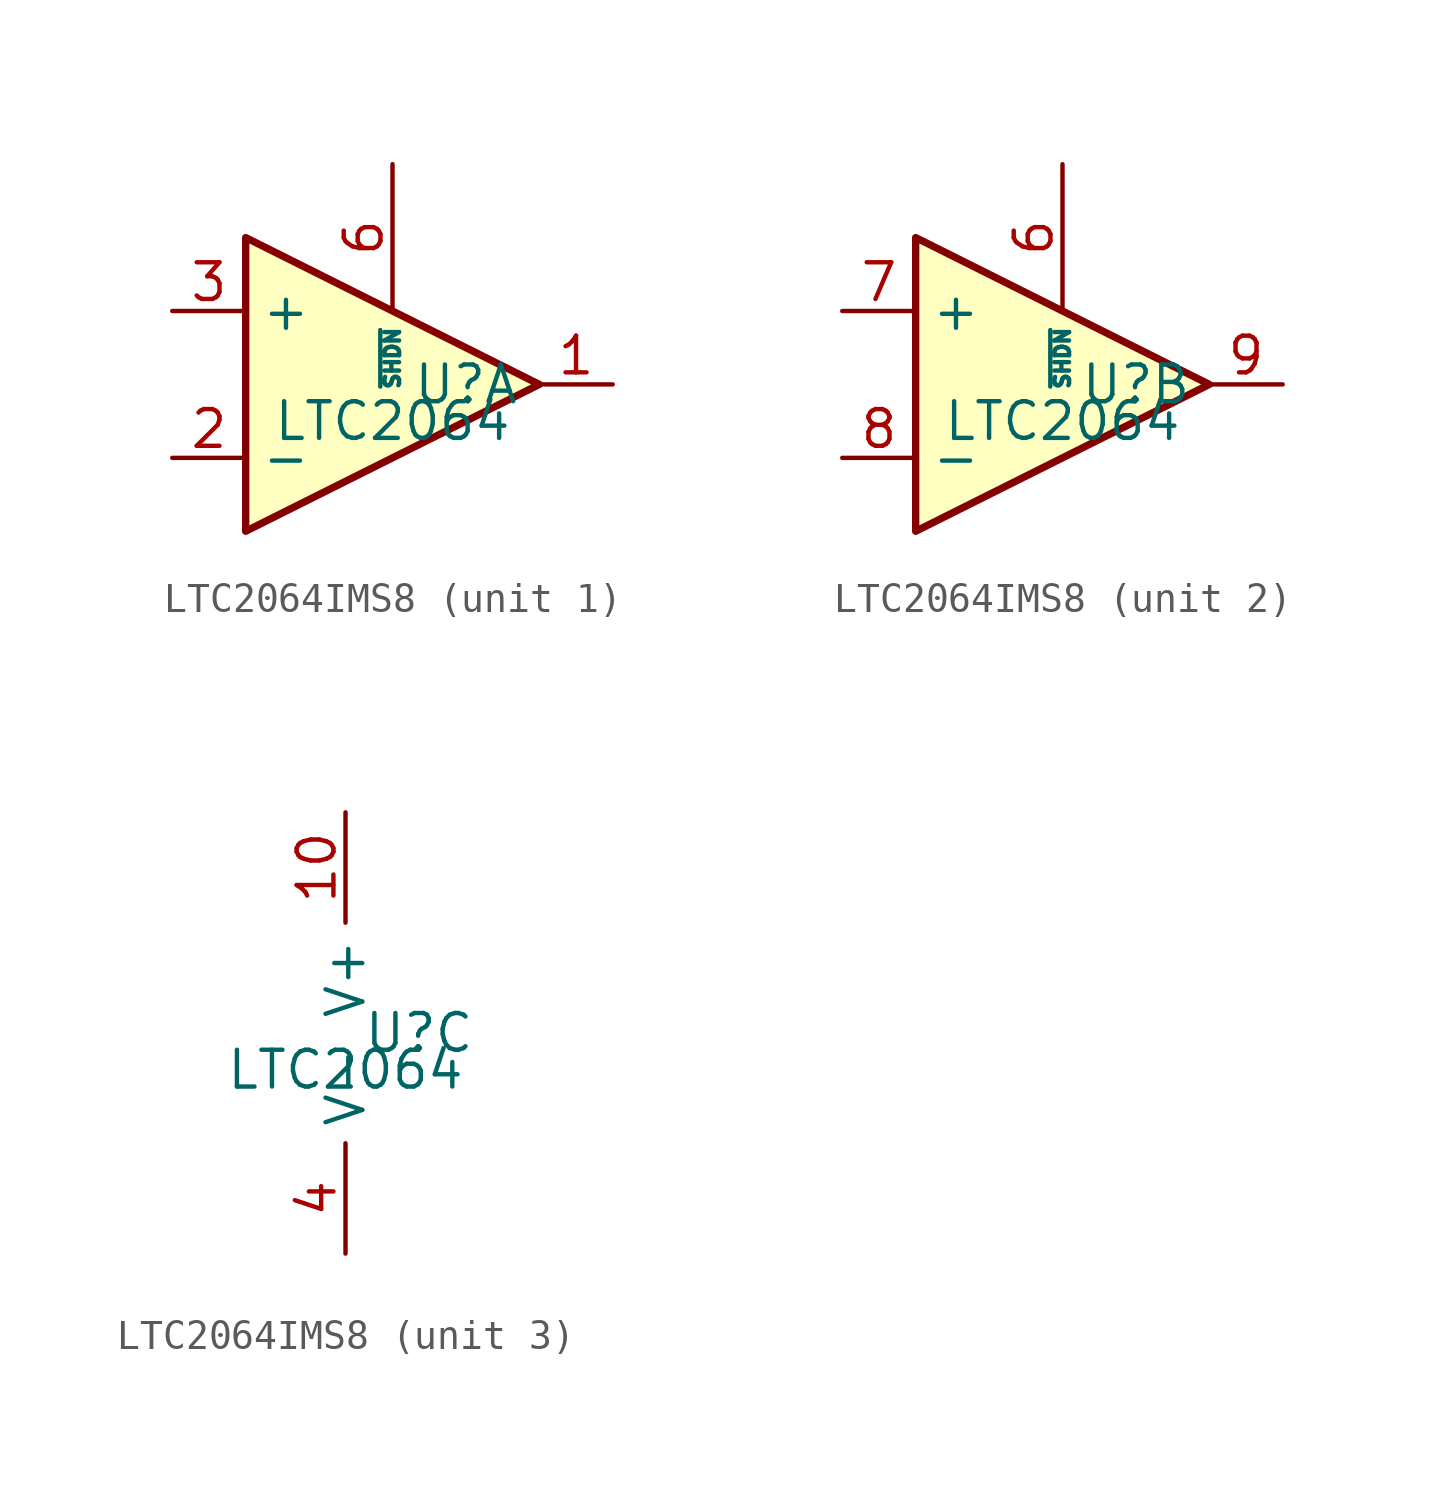
<source format=kicad_sym>
(kicad_symbol_lib
  (version 20220914)
  (generator kicad_symbol_editor)
  (symbol "LTC2064IMS8"
    (property "Reference" "U"
      (at 2.54 0 0)
      (effects (font (size 1.27 1.27))))
    (property "Value" "LTC2064"
      (at 0 -1.27 0)
      (effects (font (size 1.27 1.27))))
    (property "ki_locked" ""
      (at 0 0 0)
      (effects (font (size 1.27 1.27))))
    (symbol "LTC2064IMS8_1_1"
      (polyline (pts (xy -5.08 5.08) (xy 5.08 0) (xy -5.08 -5.08) (xy -5.08 5.08) (xy -5.08 5.08)) (stroke (width 0.254) (type default)) (fill (type background)))
      (pin output line (at 7.62 0 180) (length 2.54) (name "~" (effects (font (size 1.27 1.27)))) (number "1" (effects (font (size 1.27 1.27)))))
      (pin input line (at -7.62 -2.54 0) (length 2.54) (name "-" (effects (font (size 1.27 1.27)))) (number "2" (effects (font (size 1.27 1.27)))))
      (pin input line (at -7.62 2.54 0) (length 2.54) (name "+" (effects (font (size 1.27 1.27)))) (number "3" (effects (font (size 1.27 1.27)))))
      (pin input line (at 0 7.62 270) (length 5.08) (name "~{SHDN}" (effects (font (size 0.508 0.508)))) (number "6" (effects (font (size 1.27 1.27))))))
    (symbol "LTC2064IMS8_2_1"
      (polyline (pts (xy -5.08 5.08) (xy 5.08 0) (xy -5.08 -5.08) (xy -5.08 5.08) (xy -5.08 5.08)) (stroke (width 0.254) (type default)) (fill (type background)))
      (pin input line (at 0 7.62 270) (length 5.08) (name "~{SHDN}" (effects (font (size 0.508 0.508)))) (number "6" (effects (font (size 1.27 1.27)))))
      (pin input line (at -7.62 2.54 0) (length 2.54) (name "+" (effects (font (size 1.27 1.27)))) (number "7" (effects (font (size 1.27 1.27)))))
      (pin input line (at -7.62 -2.54 0) (length 2.54) (name "-" (effects (font (size 1.27 1.27)))) (number "8" (effects (font (size 1.27 1.27)))))
      (pin output line (at 7.62 0 180) (length 2.54) (name "~" (effects (font (size 1.27 1.27)))) (number "9" (effects (font (size 1.27 1.27))))))
    (symbol "LTC2064IMS8_3_1"
      (pin power_in line (at 0 7.62 270) (length 3.81) (name "V+" (effects (font (size 1.27 1.27)))) (number "10" (effects (font (size 1.27 1.27)))))
      (pin passive line (at 0 -7.62 90) (length 3.81) hide (name "V-" (effects (font (size 1.27 1.27)))) (number "11" (effects (font (size 1.27 1.27)))))
      (pin power_in line (at 0 -7.62 90) (length 3.81) (name "V-" (effects (font (size 1.27 1.27)))) (number "4" (effects (font (size 1.27 1.27))))))))
</source>
